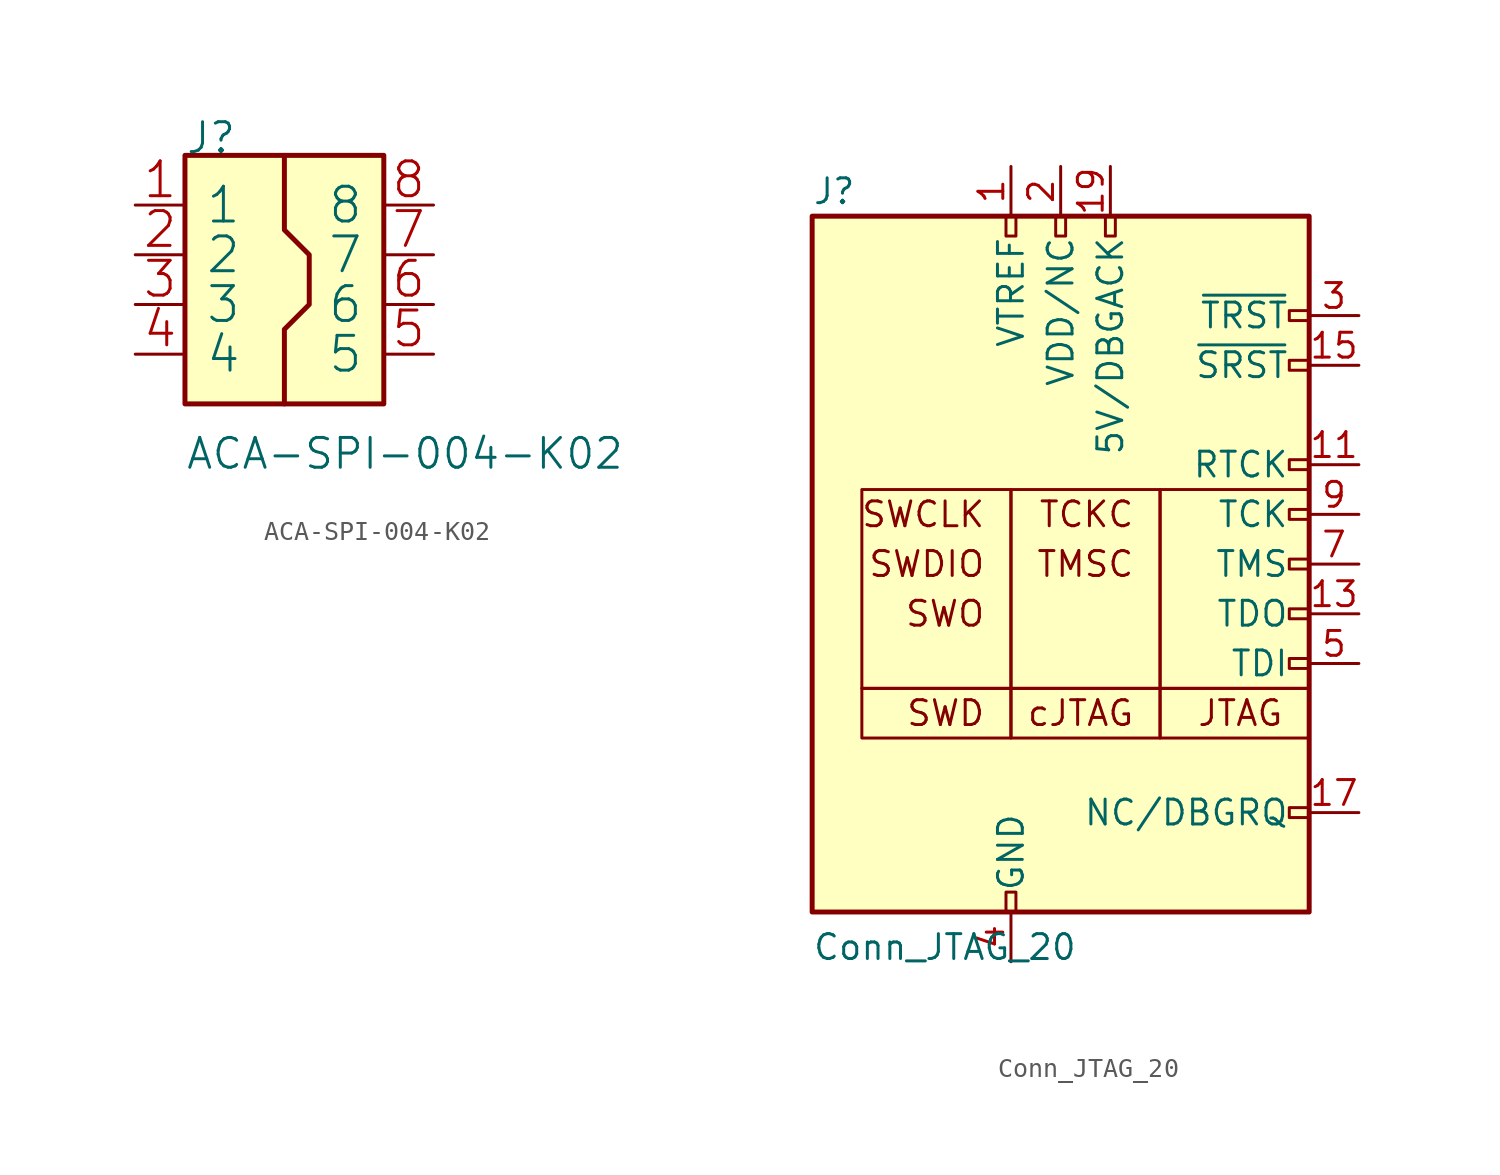
<source format=kicad_sym>
(kicad_symbol_lib
  (version 20220914)
  (generator kicad_symbol_editor)
  (symbol "ACA-SPI-004-K02"
    (pin_names
      (offset 1.016))
    (property "Reference" "J"
      (at 0 0 0)
      (effects (font (size 1.524 1.524)) (justify left bottom)))
    (property "Value" "ACA-SPI-004-K02"
      (at 0 -15.24 0)
      (effects (font (size 1.524 1.524)) (justify left)))
    (symbol "ACA-SPI-004-K02_0_1"
      (polyline (pts (xy 5.08 0) (xy 5.08 -3.81) (xy 6.35 -5.08) (xy 6.35 -7.62) (xy 5.08 -8.89) (xy 5.08 -12.7)) (stroke (width 0.254) (type default)) (fill (type none)))
      (rectangle (start 0 0) (end 10.16 -12.7) (stroke (width 0.254) (type solid)) (fill (type background)))
      (pin passive line (at -2.54 -2.54 0) (length 2.54) (name "1" (effects (font (size 1.778 1.778)))) (number "1" (effects (font (size 1.778 1.778)))))
      (pin passive line (at -2.54 -5.08 0) (length 2.54) (name "2" (effects (font (size 1.778 1.778)))) (number "2" (effects (font (size 1.778 1.778)))))
      (pin passive line (at -2.54 -7.62 0) (length 2.54) (name "3" (effects (font (size 1.778 1.778)))) (number "3" (effects (font (size 1.778 1.778)))))
      (pin passive line (at -2.54 -10.16 0) (length 2.54) (name "4" (effects (font (size 1.778 1.778)))) (number "4" (effects (font (size 1.778 1.778)))))
      (pin passive line (at 12.7 -10.16 180) (length 2.54) (name "5" (effects (font (size 1.778 1.778)))) (number "5" (effects (font (size 1.778 1.778)))))
      (pin passive line (at 12.7 -7.62 180) (length 2.54) (name "6" (effects (font (size 1.778 1.778)))) (number "6" (effects (font (size 1.778 1.778)))))
      (pin passive line (at 12.7 -5.08 180) (length 2.54) (name "7" (effects (font (size 1.778 1.778)))) (number "7" (effects (font (size 1.778 1.778)))))
      (pin passive line (at 12.7 -2.54 180) (length 2.54) (name "8" (effects (font (size 1.778 1.778)))) (number "8" (effects (font (size 1.778 1.778)))))))
  (symbol "Conn_JTAG_20"
    (pin_names
      (offset 1.016))
    (property "Reference" "J"
      (at 0 1.27 0)
      (effects (font (size 1.27 1.27)) (justify left)))
    (property "Value" "Conn_JTAG_20"
      (at 0 -38.1 0)
      (effects (font (size 1.27 1.27)) (justify left bottom)))
    (symbol "Conn_JTAG_20_0_1"
      (rectangle (start 0 0) (end 25.4 -35.56) (stroke (width 0.254) (type default)) (fill (type background)))
      (rectangle (start 2.54 -24.13) (end 10.16 -26.67) (stroke (width 0) (type default)) (fill (type none)))
      (rectangle (start 2.54 -13.97) (end 10.16 -24.13) (stroke (width 0) (type default)) (fill (type none)))
      (rectangle (start 9.906 -34.544) (end 10.414 -35.56) (stroke (width 0) (type default)) (fill (type none)))
      (rectangle (start 9.906 0) (end 10.414 -1.016) (stroke (width 0) (type default)) (fill (type none)))
      (rectangle (start 10.16 -24.13) (end 17.78 -26.67) (stroke (width 0) (type default)) (fill (type none)))
      (rectangle (start 10.16 -13.97) (end 17.78 -24.13) (stroke (width 0) (type default)) (fill (type none)))
      (rectangle (start 12.446 0) (end 12.954 -1.016) (stroke (width 0) (type default)) (fill (type none)))
      (rectangle (start 14.986 0) (end 15.494 -1.016) (stroke (width 0) (type default)) (fill (type none)))
      (rectangle (start 17.78 -24.13) (end 25.4 -26.67) (stroke (width 0) (type default)) (fill (type none)))
      (rectangle (start 17.78 -13.97) (end 25.4 -24.13) (stroke (width 0) (type default)) (fill (type none)))
      (rectangle (start 24.384 -15.494) (end 25.4 -14.986) (stroke (width 0) (type default)) (fill (type none)))
      (rectangle (start 25.4 -30.226) (end 24.384 -30.734) (stroke (width 0) (type default)) (fill (type none)))
      (rectangle (start 25.4 -20.574) (end 24.384 -20.066) (stroke (width 0) (type default)) (fill (type none)))
      (rectangle (start 25.4 -18.034) (end 24.384 -17.526) (stroke (width 0) (type default)) (fill (type none)))
      (rectangle (start 25.4 -12.954) (end 24.384 -12.446) (stroke (width 0) (type default)) (fill (type none)))
      (rectangle (start 25.4 -7.366) (end 24.384 -7.874) (stroke (width 0) (type default)) (fill (type none)))
      (rectangle (start 25.4 -4.826) (end 24.384 -5.334) (stroke (width 0) (type default)) (fill (type none)))
      (text "cJTAG\n" (at 16.51 -25.4 0) (effects (font (size 1.27 1.27)) (justify right)))
      (text "JTAG\n" (at 24.13 -25.4 0) (effects (font (size 1.27 1.27)) (justify right)))
      (text "SWCLK" (at 8.89 -15.24 0) (effects (font (size 1.27 1.27)) (justify right)))
      (text "SWD" (at 8.89 -25.4 0) (effects (font (size 1.27 1.27)) (justify right)))
      (text "SWDIO\n" (at 8.89 -17.78 0) (effects (font (size 1.27 1.27)) (justify right)))
      (text "SWO\n" (at 8.89 -20.32 0) (effects (font (size 1.27 1.27)) (justify right)))
      (text "TCKC" (at 16.51 -15.24 0) (effects (font (size 1.27 1.27)) (justify right)))
      (text "TMSC\n" (at 16.51 -17.78 0) (effects (font (size 1.27 1.27)) (justify right))))
    (symbol "Conn_JTAG_20_1_1"
      (rectangle (start 24.384 -23.114) (end 25.4 -22.606) (stroke (width 0) (type default)) (fill (type none)))
      (pin power_in line (at 10.16 2.54 270) (length 2.54) (name "VTREF" (effects (font (size 1.27 1.27)))) (number "1" (effects (font (size 1.27 1.27)))))
      (pin power_in line (at 10.16 -38.1 90) (length 2.54) hide (name "GND" (effects (font (size 1.27 1.27)))) (number "10" (effects (font (size 1.27 1.27)))))
      (pin input line (at 27.94 -12.7 180) (length 2.54) (name "RTCK" (effects (font (size 1.27 1.27)))) (number "11" (effects (font (size 1.27 1.27)))))
      (pin power_in line (at 10.16 -38.1 90) (length 2.54) hide (name "GND" (effects (font (size 1.27 1.27)))) (number "12" (effects (font (size 1.27 1.27)))))
      (pin input line (at 27.94 -20.32 180) (length 2.54) (name "TDO" (effects (font (size 1.27 1.27)))) (number "13" (effects (font (size 1.27 1.27)))) (alternate "SWO" input line))
      (pin power_in line (at 10.16 -38.1 90) (length 2.54) hide (name "GND" (effects (font (size 1.27 1.27)))) (number "14" (effects (font (size 1.27 1.27)))))
      (pin bidirectional line (at 27.94 -7.62 180) (length 2.54) (name "~{SRST}" (effects (font (size 1.27 1.27)))) (number "15" (effects (font (size 1.27 1.27)))))
      (pin power_in line (at 10.16 -38.1 90) (length 2.54) hide (name "GND" (effects (font (size 1.27 1.27)))) (number "16" (effects (font (size 1.27 1.27)))))
      (pin output line (at 27.94 -30.48 180) (length 2.54) (name "NC/DBGRQ" (effects (font (size 1.27 1.27)))) (number "17" (effects (font (size 1.27 1.27)))) (alternate "DBGRQ" output line) (alternate "NC" no_connect line))
      (pin power_in line (at 10.16 -38.1 90) (length 2.54) hide (name "GND" (effects (font (size 1.27 1.27)))) (number "18" (effects (font (size 1.27 1.27)))))
      (pin power_out line (at 15.24 2.54 270) (length 2.54) (name "5V/DBGACK" (effects (font (size 1.27 1.27)))) (number "19" (effects (font (size 1.27 1.27)))) (alternate "5V" power_out line) (alternate "DBGACK" input line))
      (pin power_in line (at 12.7 2.54 270) (length 2.54) (name "VDD/NC" (effects (font (size 1.27 1.27)))) (number "2" (effects (font (size 1.27 1.27)))) (alternate "NC" no_connect line) (alternate "VDD" power_in line))
      (pin power_in line (at 10.16 -38.1 90) (length 2.54) hide (name "GND" (effects (font (size 1.27 1.27)))) (number "20" (effects (font (size 1.27 1.27)))))
      (pin output line (at 27.94 -5.08 180) (length 2.54) (name "~{TRST}" (effects (font (size 1.27 1.27)))) (number "3" (effects (font (size 1.27 1.27)))))
      (pin power_in line (at 10.16 -38.1 90) (length 2.54) (name "GND" (effects (font (size 1.27 1.27)))) (number "4" (effects (font (size 1.27 1.27)))))
      (pin output line (at 27.94 -22.86 180) (length 2.54) (name "TDI" (effects (font (size 1.27 1.27)))) (number "5" (effects (font (size 1.27 1.27)))))
      (pin power_in line (at 10.16 -38.1 90) (length 2.54) hide (name "GND" (effects (font (size 1.27 1.27)))) (number "6" (effects (font (size 1.27 1.27)))))
      (pin output line (at 27.94 -17.78 180) (length 2.54) (name "TMS" (effects (font (size 1.27 1.27)))) (number "7" (effects (font (size 1.27 1.27)))) (alternate "SWDIO" bidirectional line) (alternate "TMSC" bidirectional line))
      (pin power_in line (at 10.16 -38.1 90) (length 2.54) hide (name "GND" (effects (font (size 1.27 1.27)))) (number "8" (effects (font (size 1.27 1.27)))))
      (pin output line (at 27.94 -15.24 180) (length 2.54) (name "TCK" (effects (font (size 1.27 1.27)))) (number "9" (effects (font (size 1.27 1.27)))) (alternate "SWCLK" output line) (alternate "TCKC" output line)))))
</source>
